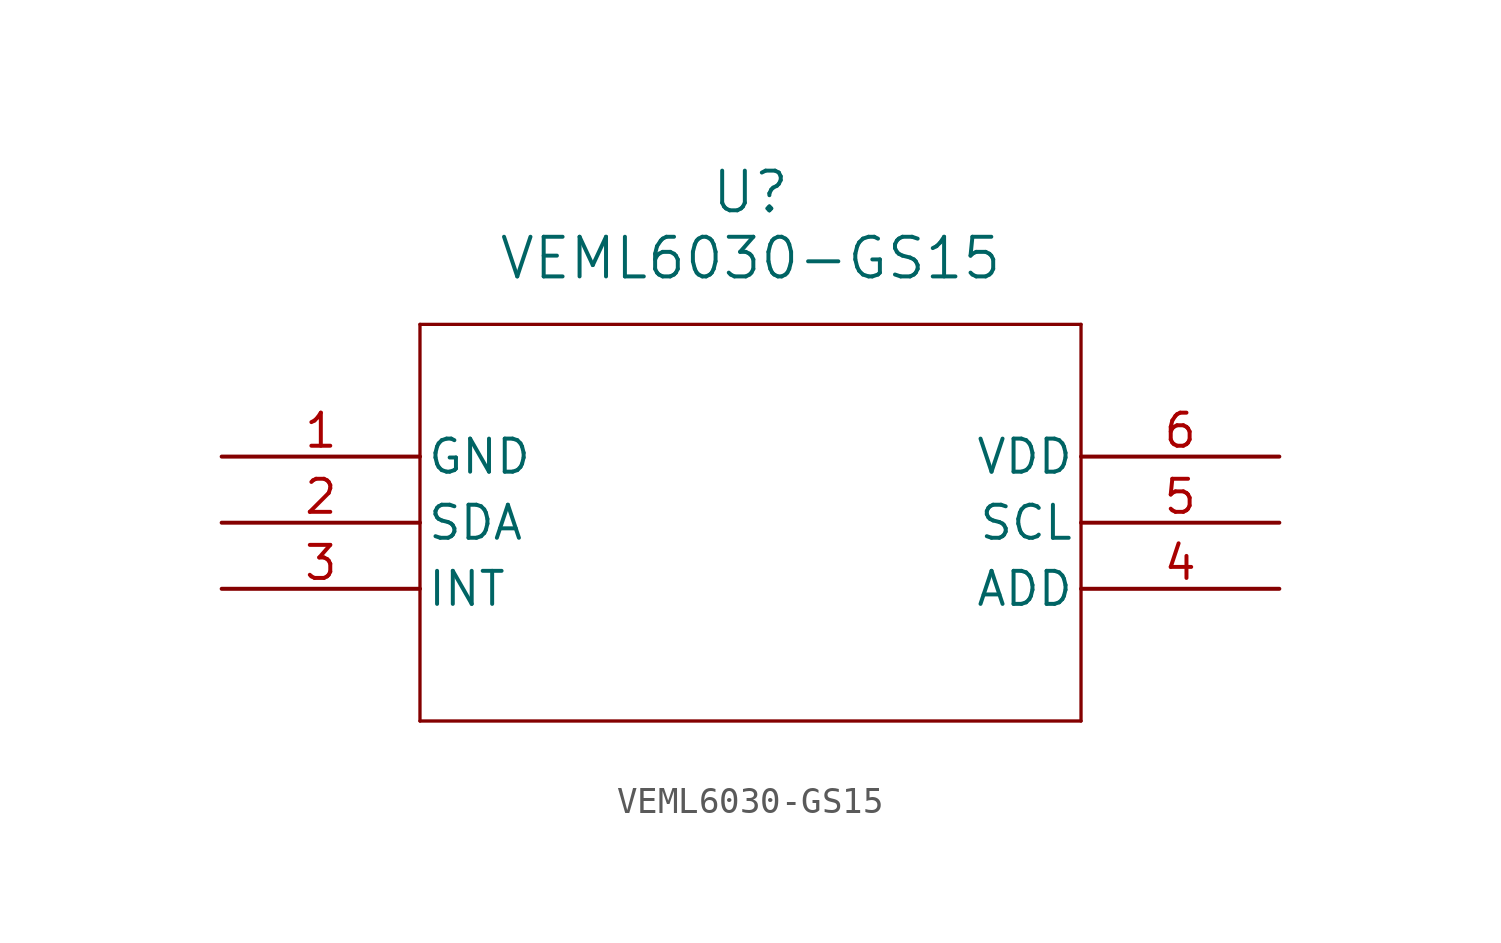
<source format=kicad_sym>
(kicad_symbol_lib
  (version 20211014)
  (generator kicad_symbol_editor)
  (symbol "VEML6030-GS15"
    (pin_names
      (offset 0.254))
    (property "Reference" "U"
      (at 20.32 10.16 0)
      (effects (font (size 1.524 1.524))))
    (property "Value" "VEML6030-GS15"
      (at 20.32 7.62 0)
      (effects (font (size 1.524 1.524))))
    (symbol "VEML6030-GS15_0_1"
      (polyline (pts (xy 7.62 5.08) (xy 7.62 -10.16)) (stroke (width 0.127) (type default) (color 0 0 0 0)) (fill (type none)))
      (polyline (pts (xy 7.62 -10.16) (xy 33.02 -10.16)) (stroke (width 0.127) (type default) (color 0 0 0 0)) (fill (type none)))
      (polyline (pts (xy 33.02 -10.16) (xy 33.02 5.08)) (stroke (width 0.127) (type default) (color 0 0 0 0)) (fill (type none)))
      (polyline (pts (xy 33.02 5.08) (xy 7.62 5.08)) (stroke (width 0.127) (type default) (color 0 0 0 0)) (fill (type none)))
      (pin power_out line (at 0 0 0) (length 7.62) (name "GND" (effects (font (size 1.27 1.27)))) (number "1" (effects (font (size 1.27 1.27)))))
      (pin unspecified line (at 0 -2.54 0) (length 7.62) (name "SDA" (effects (font (size 1.27 1.27)))) (number "2" (effects (font (size 1.27 1.27)))))
      (pin input line (at 0 -5.08 0) (length 7.62) (name "INT" (effects (font (size 1.27 1.27)))) (number "3" (effects (font (size 1.27 1.27)))))
      (pin unspecified line (at 40.64 -5.08 180) (length 7.62) (name "ADD" (effects (font (size 1.27 1.27)))) (number "4" (effects (font (size 1.27 1.27)))))
      (pin unspecified line (at 40.64 -2.54 180) (length 7.62) (name "SCL" (effects (font (size 1.27 1.27)))) (number "5" (effects (font (size 1.27 1.27)))))
      (pin power_in line (at 40.64 0 180) (length 7.62) (name "VDD" (effects (font (size 1.27 1.27)))) (number "6" (effects (font (size 1.27 1.27))))))))
</source>
